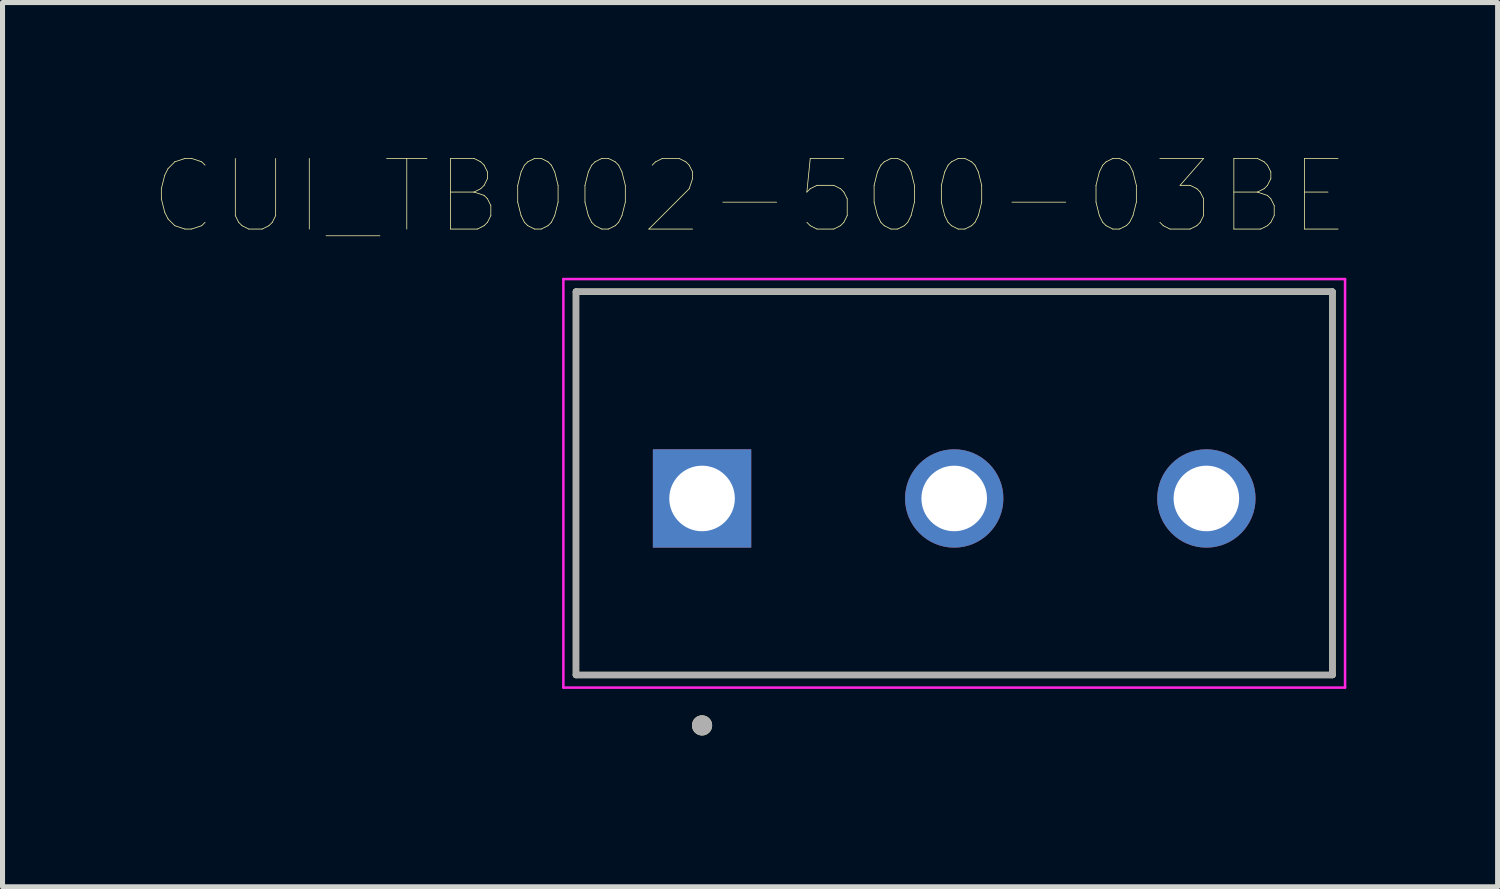
<source format=kicad_pcb>
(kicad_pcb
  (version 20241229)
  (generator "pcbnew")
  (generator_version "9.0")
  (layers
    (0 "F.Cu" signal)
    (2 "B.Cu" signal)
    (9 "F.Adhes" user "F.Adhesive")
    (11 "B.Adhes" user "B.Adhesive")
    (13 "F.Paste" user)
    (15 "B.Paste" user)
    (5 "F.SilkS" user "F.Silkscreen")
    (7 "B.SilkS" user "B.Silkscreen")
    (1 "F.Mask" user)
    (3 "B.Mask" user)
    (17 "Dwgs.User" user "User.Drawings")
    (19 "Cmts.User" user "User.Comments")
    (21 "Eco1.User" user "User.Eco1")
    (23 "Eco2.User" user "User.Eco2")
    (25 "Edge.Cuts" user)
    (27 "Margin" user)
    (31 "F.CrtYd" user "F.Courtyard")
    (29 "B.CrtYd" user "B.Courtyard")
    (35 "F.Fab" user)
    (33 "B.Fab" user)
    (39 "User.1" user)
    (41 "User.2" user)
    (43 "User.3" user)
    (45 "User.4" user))
  (footprint "CUI_TB002-500-03BE"
    (layer "F.Cu")
    (at 10.871 6.834)
    (property "Reference" "CUI_TB002-500-03BE" (at 0.945 -5.989 0) (layer "F.SilkS") (effects (font (size 1.4 1.4) (thickness 0.015))))
    (attr through_hole)
    (fp_line (start -2.5 -4.1) (end 12.5 -4.1) (stroke (width 0.127) (type solid)) (layer "F.SilkS"))
    (fp_line (start -2.5 3.5) (end -2.5 -4.1) (stroke (width 0.127) (type solid)) (layer "F.SilkS"))
    (fp_line (start 12.5 -4.1) (end 12.5 3.5) (stroke (width 0.127) (type solid)) (layer "F.SilkS"))
    (fp_line (start 12.5 3.5) (end -2.5 3.5) (stroke (width 0.127) (type solid)) (layer "F.SilkS"))
    (fp_circle (center 0 4.5) (end 0.1 4.5) (stroke (width 0.2) (type solid)) (fill no) (layer "F.SilkS"))
    (fp_line (start -2.75 -4.35) (end 12.75 -4.35) (stroke (width 0.05) (type solid)) (layer "F.CrtYd"))
    (fp_line (start -2.75 3.75) (end -2.75 -4.35) (stroke (width 0.05) (type solid)) (layer "F.CrtYd"))
    (fp_line (start 12.75 -4.35) (end 12.75 3.75) (stroke (width 0.05) (type solid)) (layer "F.CrtYd"))
    (fp_line (start 12.75 3.75) (end -2.75 3.75) (stroke (width 0.05) (type solid)) (layer "F.CrtYd"))
    (fp_line (start -2.5 -4.1) (end 12.5 -4.1) (stroke (width 0.127) (type solid)) (layer "F.Fab"))
    (fp_line (start -2.5 3.5) (end -2.5 -4.1) (stroke (width 0.127) (type solid)) (layer "F.Fab"))
    (fp_line (start 12.5 -4.1) (end 12.5 3.5) (stroke (width 0.127) (type solid)) (layer "F.Fab"))
    (fp_line (start 12.5 3.5) (end -2.5 3.5) (stroke (width 0.127) (type solid)) (layer "F.Fab"))
    (fp_circle (center 0 4.5) (end 0.1 4.5) (stroke (width 0.2) (type solid)) (fill no) (layer "F.Fab"))
    (pad "1" thru_hole rect (at 0 0) (size 1.95 1.95) (drill 1.3) (layers "*.Cu" "*.Mask"))
    (pad "2" thru_hole circle (at 5 0) (size 1.95 1.95) (drill 1.3) (layers "*.Cu" "*.Mask"))
    (pad "3" thru_hole circle (at 10 0) (size 1.95 1.95) (drill 1.3) (layers "*.Cu" "*.Mask")))
  (gr_rect
    (start -3 -3)
    (end 26.646 14.534)
    (stroke (width 0.1) (type default))
    (fill no)
    (layer "Edge.Cuts")))
</source>
